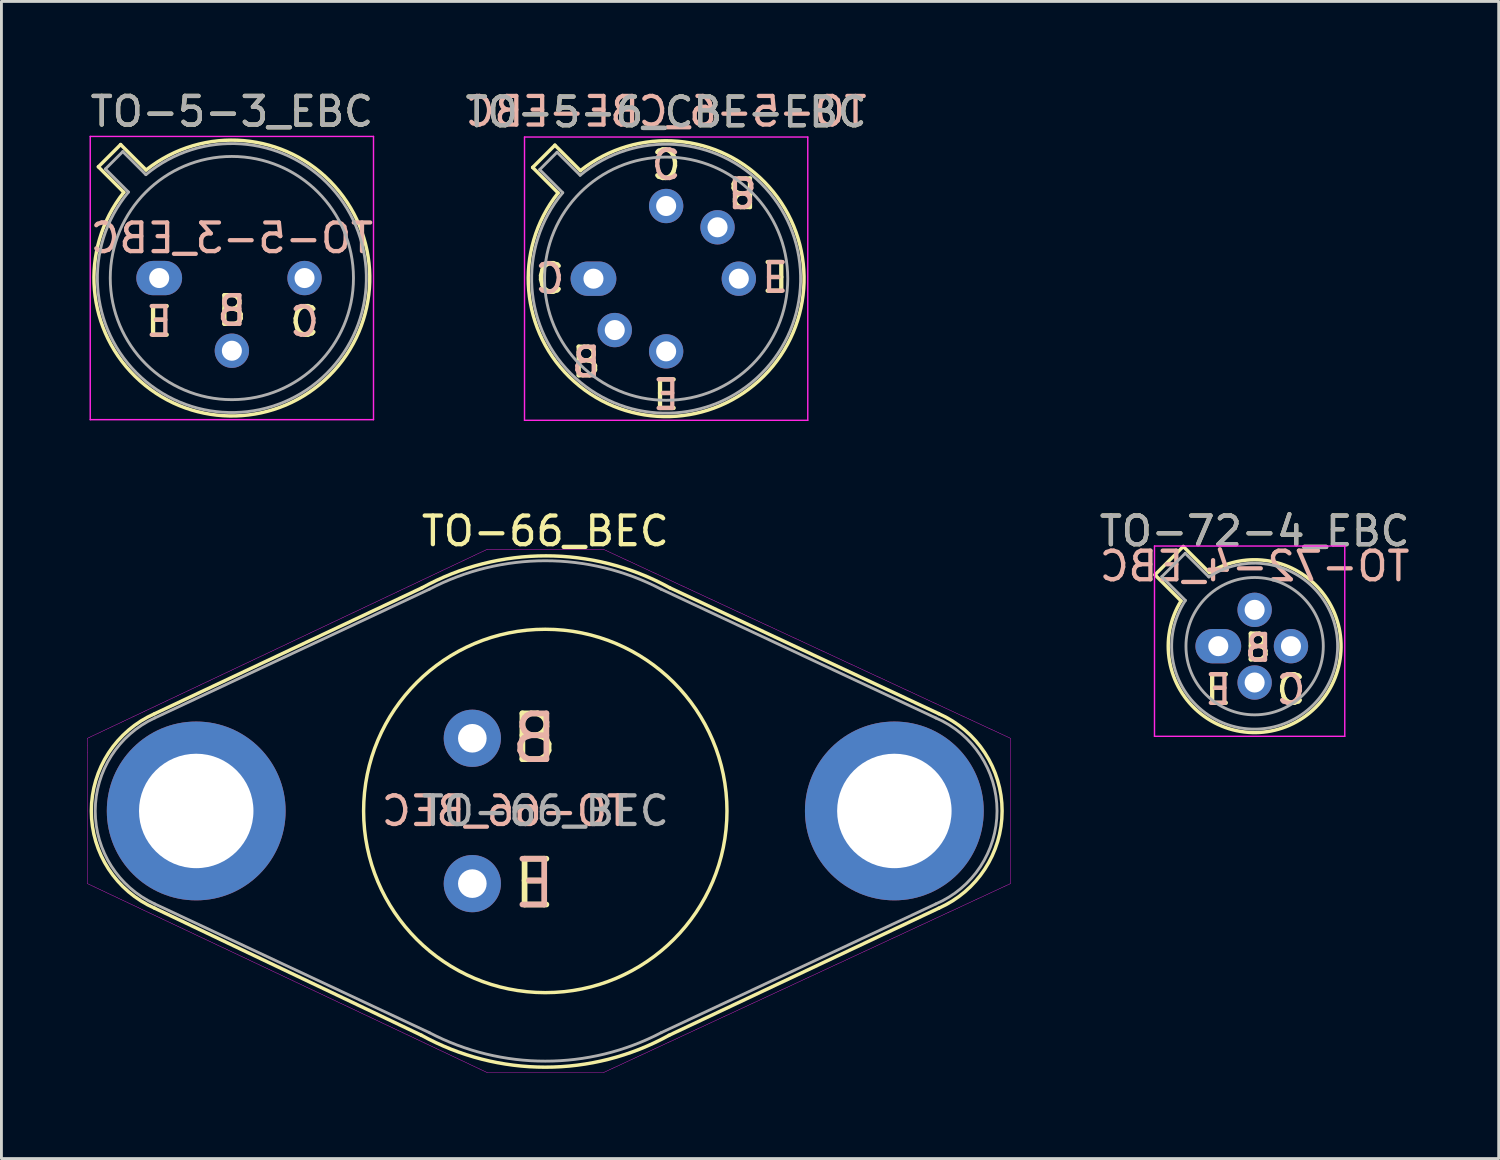
<source format=kicad_pcb>
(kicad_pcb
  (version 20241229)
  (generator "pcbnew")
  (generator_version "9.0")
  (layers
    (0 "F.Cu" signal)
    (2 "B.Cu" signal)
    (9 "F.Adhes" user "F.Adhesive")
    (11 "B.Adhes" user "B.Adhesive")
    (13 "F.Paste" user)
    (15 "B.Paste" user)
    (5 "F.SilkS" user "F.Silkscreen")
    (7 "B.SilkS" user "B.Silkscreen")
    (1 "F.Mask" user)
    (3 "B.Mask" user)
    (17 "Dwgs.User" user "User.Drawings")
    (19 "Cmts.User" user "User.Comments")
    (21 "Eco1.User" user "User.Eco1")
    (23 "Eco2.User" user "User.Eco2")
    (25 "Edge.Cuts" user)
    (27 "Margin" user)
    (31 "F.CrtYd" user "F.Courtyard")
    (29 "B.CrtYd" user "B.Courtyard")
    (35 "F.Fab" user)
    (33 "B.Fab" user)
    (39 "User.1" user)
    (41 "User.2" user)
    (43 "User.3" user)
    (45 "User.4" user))
  (footprint "TO-5-6_CBE-EBC"
    (layer "F.Cu")
    (at 17.692 6.69)
    (property "Reference" "TO-5-6_CBE-EBC" (at 2.54 -5.82 0) (layer "F.SilkS") (effects (font (size 1 1) (thickness 0.15))))
    (fp_line (start -2.126 -3.888) (end -1.235 -2.997) (stroke (width 0.12) (type solid)) (layer "F.SilkS"))
    (fp_line (start -1.348 -4.666) (end -2.126 -3.888) (stroke (width 0.12) (type solid)) (layer "F.SilkS"))
    (fp_line (start -0.457 -3.775) (end -1.348 -4.666) (stroke (width 0.12) (type solid)) (layer "F.SilkS"))
    (fp_arc (start -0.457084 -3.774902) (mid 5.948125 3.408384) (end -1.234674 -2.997371) (stroke (width 0.12) (type solid)) (layer "F.SilkS"))
    (fp_line (start -2.41 -4.95) (end -2.41 4.95) (stroke (width 0.05) (type solid)) (layer "F.CrtYd"))
    (fp_line (start -2.41 4.95) (end 7.49 4.95) (stroke (width 0.05) (type solid)) (layer "F.CrtYd"))
    (fp_line (start 7.49 -4.95) (end -2.41 -4.95) (stroke (width 0.05) (type solid)) (layer "F.CrtYd"))
    (fp_line (start 7.49 4.95) (end 7.49 -4.95) (stroke (width 0.05) (type solid)) (layer "F.CrtYd"))
    (fp_line (start -1.88 -3.812) (end -1.074 -3.005) (stroke (width 0.1) (type solid)) (layer "F.Fab"))
    (fp_line (start -1.272 -4.42) (end -1.88 -3.812) (stroke (width 0.1) (type solid)) (layer "F.Fab"))
    (fp_line (start -0.465 -3.614) (end -1.272 -4.42) (stroke (width 0.1) (type solid)) (layer "F.Fab"))
    (fp_arc (start -0.465408 -3.61352) (mid 5.863443 3.323361) (end -1.073594 -3.005319) (stroke (width 0.1) (type solid)) (layer "F.Fab"))
    (fp_circle (center 2.54 0) (end 6.79 0) (stroke (width 0.1) (type solid)) (fill no) (layer "F.Fab"))
    (fp_text user "C" (at 2.54 -4.064 180) (unlocked yes) (layer "F.SilkS") (effects (font (size 1 1) (thickness 0.15))))
    (fp_text user "E" (at 6.35 -0.127 180) (unlocked yes) (layer "F.SilkS") (effects (font (size 1 1) (thickness 0.15))))
    (fp_text user "C" (at -1.524 0 0) (unlocked yes) (layer "F.SilkS") (effects (font (size 1 1) (thickness 0.15))))
    (fp_text user "B" (at -0.254 2.921 0) (unlocked yes) (layer "F.SilkS") (effects (font (size 1 1) (thickness 0.15))))
    (fp_text user "B" (at 5.207 -3.048 180) (unlocked yes) (layer "F.SilkS") (effects (font (size 1 1) (thickness 0.15))))
    (fp_text user "E" (at 2.54 4.064 0) (unlocked yes) (layer "F.SilkS") (effects (font (size 1 1) (thickness 0.15))))
    (fp_text user "${REFERENCE}" (at 2.54 -5.842 0) (layer "B.SilkS") (effects (font (size 1 1) (thickness 0.15)) (justify mirror)))
    (fp_text user "E" (at 6.35 -0.127 180) (unlocked yes) (layer "B.SilkS") (effects (font (size 1 1) (thickness 0.15)) (justify mirror)))
    (fp_text user "E" (at 2.54 4.064 0) (unlocked yes) (layer "B.SilkS") (effects (font (size 1 1) (thickness 0.15)) (justify mirror)))
    (fp_text user "C" (at 2.54 -4.064 180) (unlocked yes) (layer "B.SilkS") (effects (font (size 1 1) (thickness 0.15)) (justify mirror)))
    (fp_text user "B" (at -0.254 2.921 0) (unlocked yes) (layer "B.SilkS") (effects (font (size 1 1) (thickness 0.15)) (justify mirror)))
    (fp_text user "C" (at -1.524 0 0) (unlocked yes) (layer "B.SilkS") (effects (font (size 1 1) (thickness 0.15)) (justify mirror)))
    (fp_text user "B" (at 5.207 -3.048 180) (unlocked yes) (layer "B.SilkS") (effects (font (size 1 1) (thickness 0.15)) (justify mirror)))
    (fp_text user "${REFERENCE}" (at 2.54 -5.82 0) (layer "F.Fab") (effects (font (size 1 1) (thickness 0.15))))
    (pad "1" thru_hole oval (at 0 0) (size 1.6 1.2) (drill 0.7) (layers "*.Cu" "*.Mask"))
    (pad "2" thru_hole oval (at 0.744 1.796) (size 1.2 1.2) (drill 0.7) (layers "*.Cu" "*.Mask"))
    (pad "3" thru_hole oval (at 2.54 2.54) (size 1.2 1.2) (drill 0.7) (layers "*.Cu" "*.Mask"))
    (pad "4" thru_hole oval (at 5.08 0) (size 1.2 1.2) (drill 0.7) (layers "*.Cu" "*.Mask"))
    (pad "5" thru_hole oval (at 4.336 -1.796) (size 1.2 1.2) (drill 0.7) (layers "*.Cu" "*.Mask"))
    (pad "6" thru_hole oval (at 2.54 -2.54) (size 1.2 1.2) (drill 0.7) (layers "*.Cu" "*.Mask")))
  (footprint "TO-66_BEC"
    (layer "F.Cu")
    (at 16.008 25.293)
    (property "Reference" "TO-66_BEC" (at 0 -9.779 0) (unlocked yes) (layer "F.SilkS") (effects (font (size 1 1) (thickness 0.15))))
    (fp_line (start -13.65 3.4) (end -4.328 7.84) (stroke (width 0.12) (type solid)) (layer "F.SilkS"))
    (fp_line (start -4.301 -7.803) (end -13.65 -3.4) (stroke (width 0.12) (type solid)) (layer "F.SilkS"))
    (fp_line (start 4.323 7.842) (end 13.75 3.4) (stroke (width 0.12) (type solid)) (layer "F.SilkS"))
    (fp_line (start 13.75 -3.4) (end 4.35 -7.8) (stroke (width 0.12) (type solid)) (layer "F.SilkS"))
    (fp_arc (start -13.65 3.4) (mid -15.866172 0) (end -13.65 -3.4) (stroke (width 0.12) (type solid)) (layer "F.SilkS"))
    (fp_arc (start -4.301422 -7.802581) (mid 0.024621 -8.915334) (end 4.35 -7.8) (stroke (width 0.12) (type solid)) (layer "F.SilkS"))
    (fp_arc (start 4.323372 7.842406) (mid -0.002671 8.955159) (end -4.32805 7.839825) (stroke (width 0.12) (type solid)) (layer "F.SilkS"))
    (fp_arc (start 13.750015 -3.4) (mid 15.966187 0) (end 13.750015 3.4) (stroke (width 0.12) (type solid)) (layer "F.SilkS"))
    (fp_circle (center 0 0) (end 6.35 0) (stroke (width 0.12) (type solid)) (fill no) (layer "F.SilkS"))
    (fp_line (start -16.002 -2.54) (end -2.032 -9.144) (stroke (width 0.013) (type solid)) (layer "F.CrtYd"))
    (fp_line (start -16.002 -2.286) (end -16.002 -2.54) (stroke (width 0.013) (type solid)) (layer "F.CrtYd"))
    (fp_line (start -16.002 -2.032) (end -16.002 -2.286) (stroke (width 0.013) (type solid)) (layer "F.CrtYd"))
    (fp_line (start -16.002 0) (end -16.002 -2.032) (stroke (width 0.013) (type solid)) (layer "F.CrtYd"))
    (fp_line (start -16.002 2.54) (end -16.002 0) (stroke (width 0.013) (type solid)) (layer "F.CrtYd"))
    (fp_line (start -2.032 -9.144) (end 2.032 -9.144) (stroke (width 0.013) (type solid)) (layer "F.CrtYd"))
    (fp_line (start -2.032 9.144) (end -16.002 2.54) (stroke (width 0.013) (type solid)) (layer "F.CrtYd"))
    (fp_line (start 2.032 -9.144) (end 16.256 -2.54) (stroke (width 0.013) (type solid)) (layer "F.CrtYd"))
    (fp_line (start 2.032 9.144) (end -2.032 9.144) (stroke (width 0.013) (type solid)) (layer "F.CrtYd"))
    (fp_line (start 16.256 -2.54) (end 16.256 2.54) (stroke (width 0.013) (type solid)) (layer "F.CrtYd"))
    (fp_line (start 16.256 2.54) (end 2.032 9.144) (stroke (width 0.013) (type solid)) (layer "F.CrtYd"))
    (fp_line (start -13.65 -3.25) (end -4.05 -7.75) (stroke (width 0.1) (type solid)) (layer "F.Fab"))
    (fp_line (start -13.65 3.25) (end -4.05 7.75) (stroke (width 0.1) (type solid)) (layer "F.Fab"))
    (fp_line (start 13.65 -3.25) (end 4.05 -7.75) (stroke (width 0.1) (type solid)) (layer "F.Fab"))
    (fp_line (start 13.65 3.25) (end 4.05 7.75) (stroke (width 0.1) (type solid)) (layer "F.Fab"))
    (fp_arc (start -13.65 3.25) (mid -15.729455 0) (end -13.65 -3.25) (stroke (width 0.1) (type solid)) (layer "F.Fab"))
    (fp_arc (start -4.05 -7.749999) (mid 0 -8.744426) (end 4.049999 -7.749999) (stroke (width 0.1) (type solid)) (layer "F.Fab"))
    (fp_arc (start 4.05 7.749999) (mid 0 8.744426) (end -4.049999 7.749999) (stroke (width 0.1) (type solid)) (layer "F.Fab"))
    (fp_arc (start 13.65 -3.25) (mid 15.788714 0) (end 13.65 3.25) (stroke (width 0.1) (type solid)) (layer "F.Fab"))
    (fp_text user "B" (at -0.381 -2.54 0) (unlocked yes) (layer "F.SilkS") (effects (font (size 1.6 1.6) (thickness 0.2))))
    (fp_text user "E" (at -0.381 2.54 0) (unlocked yes) (layer "F.SilkS") (effects (font (size 1.6 1.6) (thickness 0.2))))
    (fp_text user "B" (at -0.381 -2.54 0) (unlocked yes) (layer "B.SilkS") (effects (font (size 1.6 1.6) (thickness 0.2)) (justify mirror)))
    (fp_text user "E" (at -0.381 2.54 0) (unlocked yes) (layer "B.SilkS") (effects (font (size 1.6 1.6) (thickness 0.2)) (justify mirror)))
    (fp_text user "${REFERENCE}" (at -1.397 0 0) (layer "B.SilkS") (effects (font (size 1 1) (thickness 0.15)) (justify mirror)))
    (fp_text user "${REFERENCE}" (at 0 0 0) (layer "F.Fab") (effects (font (size 1 1) (thickness 0.15))))
    (pad "1" thru_hole circle (at -2.55 -2.54) (size 2 2) (drill 1) (layers "*.Cu" "*.Mask"))
    (pad "2" thru_hole circle (at -2.55 2.54) (size 2 2) (drill 1) (layers "*.Cu" "*.Mask"))
    (pad "3" thru_hole circle (at -12.2 0) (size 6.25 6.25) (drill 4) (layers "*.Cu" "*.Mask"))
    (pad "3" thru_hole circle (at 12.2 0) (size 6.25 6.25) (drill 4) (layers "*.Cu" "*.Mask")))
  (footprint "TO-72-4_EBC"
    (layer "F.Cu")
    (at 39.53 19.534)
    (property "Reference" "TO-72-4_EBC" (at 1.27 -4.02 0) (layer "F.SilkS") (effects (font (size 1 1) (thickness 0.15))))
    (fp_line (start -2.214 -2.494) (end -1.302 -1.582) (stroke (width 0.12) (type solid)) (layer "F.SilkS"))
    (fp_line (start -1.224 -3.484) (end -2.214 -2.494) (stroke (width 0.12) (type solid)) (layer "F.SilkS"))
    (fp_line (start -0.312 -2.572) (end -1.224 -3.484) (stroke (width 0.12) (type solid)) (layer "F.SilkS"))
    (fp_arc (start -0.312331 -2.572281) (mid 3.405374 2.135551) (end -1.30215 -1.582544) (stroke (width 0.12) (type solid)) (layer "F.SilkS"))
    (fp_line (start -2.23 -3.5) (end -2.23 3.15) (stroke (width 0.05) (type solid)) (layer "F.CrtYd"))
    (fp_line (start -2.23 3.15) (end 4.42 3.15) (stroke (width 0.05) (type solid)) (layer "F.CrtYd"))
    (fp_line (start 4.42 -3.5) (end -2.23 -3.5) (stroke (width 0.05) (type solid)) (layer "F.CrtYd"))
    (fp_line (start 4.42 3.15) (end 4.42 -3.5) (stroke (width 0.05) (type solid)) (layer "F.CrtYd"))
    (fp_line (start -1.977 -2.426) (end -1.149 -1.599) (stroke (width 0.1) (type solid)) (layer "F.Fab"))
    (fp_line (start -1.156 -3.247) (end -1.977 -2.426) (stroke (width 0.1) (type solid)) (layer "F.Fab"))
    (fp_line (start -0.329 -2.419) (end -1.156 -3.247) (stroke (width 0.1) (type solid)) (layer "F.Fab"))
    (fp_arc (start -0.329057 -2.419301) (mid 3.321076 2.050143) (end -1.150029 -1.597956) (stroke (width 0.1) (type solid)) (layer "F.Fab"))
    (fp_circle (center 1.27 0) (end 3.67 0) (stroke (width 0.1) (type solid)) (fill no) (layer "F.Fab"))
    (fp_text user "C" (at 2.54 1.524 0) (unlocked yes) (layer "F.SilkS") (effects (font (size 1 1) (thickness 0.15))))
    (fp_text user "E" (at 0 1.524 0) (unlocked yes) (layer "F.SilkS") (effects (font (size 1 1) (thickness 0.15))))
    (fp_text user "B" (at 1.372 0.051 0) (unlocked yes) (layer "F.SilkS") (effects (font (size 0.9 0.9) (thickness 0.15))))
    (fp_text user "B" (at 1.397 0.064 0) (unlocked yes) (layer "B.SilkS") (effects (font (size 0.9 0.9) (thickness 0.15)) (justify mirror)))
    (fp_text user "C" (at 2.54 1.524 0) (unlocked yes) (layer "B.SilkS") (effects (font (size 1 1) (thickness 0.15)) (justify mirror)))
    (fp_text user "${REFERENCE}" (at 1.27 -2.794 0) (layer "B.SilkS") (effects (font (size 1 1) (thickness 0.15)) (justify mirror)))
    (fp_text user "E" (at 0 1.524 0) (unlocked yes) (layer "B.SilkS") (effects (font (size 1 1) (thickness 0.15)) (justify mirror)))
    (fp_text user "${REFERENCE}" (at 1.27 -4.02 0) (layer "F.Fab") (effects (font (size 1 1) (thickness 0.15))))
    (pad "1" thru_hole oval (at 0 0) (size 1.6 1.2) (drill 0.7) (layers "*.Cu" "*.Mask"))
    (pad "2" thru_hole oval (at 1.27 1.27) (size 1.2 1.2) (drill 0.7) (layers "*.Cu" "*.Mask"))
    (pad "3" thru_hole oval (at 2.54 0) (size 1.2 1.2) (drill 0.7) (layers "*.Cu" "*.Mask"))
    (pad "4" thru_hole oval (at 1.27 -1.27) (size 1.2 1.2) (drill 0.7) (layers "*.Cu" "*.Mask")))
  (footprint "TO-5-3_EBC"
    (layer "F.Cu")
    (at 2.514 6.668)
    (property "Reference" "TO-5-3_EBC" (at 2.54 -5.82 0) (layer "F.SilkS") (effects (font (size 1 1) (thickness 0.15))))
    (fp_line (start -2.126 -3.888) (end -1.235 -2.997) (stroke (width 0.12) (type solid)) (layer "F.SilkS"))
    (fp_line (start -1.348 -4.666) (end -2.126 -3.888) (stroke (width 0.12) (type solid)) (layer "F.SilkS"))
    (fp_line (start -0.457 -3.775) (end -1.348 -4.666) (stroke (width 0.12) (type solid)) (layer "F.SilkS"))
    (fp_arc (start -0.457084 -3.774902) (mid 5.948125 3.408384) (end -1.234674 -2.997371) (stroke (width 0.12) (type solid)) (layer "F.SilkS"))
    (fp_line (start -2.41 -4.95) (end -2.41 4.95) (stroke (width 0.05) (type solid)) (layer "F.CrtYd"))
    (fp_line (start -2.41 4.95) (end 7.49 4.95) (stroke (width 0.05) (type solid)) (layer "F.CrtYd"))
    (fp_line (start 7.49 -4.95) (end -2.41 -4.95) (stroke (width 0.05) (type solid)) (layer "F.CrtYd"))
    (fp_line (start 7.49 4.95) (end 7.49 -4.95) (stroke (width 0.05) (type solid)) (layer "F.CrtYd"))
    (fp_line (start -1.88 -3.812) (end -1.074 -3.005) (stroke (width 0.1) (type solid)) (layer "F.Fab"))
    (fp_line (start -1.272 -4.42) (end -1.88 -3.812) (stroke (width 0.1) (type solid)) (layer "F.Fab"))
    (fp_line (start -0.465 -3.614) (end -1.272 -4.42) (stroke (width 0.1) (type solid)) (layer "F.Fab"))
    (fp_arc (start -0.465408 -3.61352) (mid 5.863443 3.323361) (end -1.073594 -3.005319) (stroke (width 0.1) (type solid)) (layer "F.Fab"))
    (fp_circle (center 2.54 0) (end 6.79 0) (stroke (width 0.1) (type solid)) (fill no) (layer "F.Fab"))
    (fp_text user "C" (at 5.08 1.524 0) (unlocked yes) (layer "F.SilkS") (effects (font (size 1 1) (thickness 0.15))))
    (fp_text user "E" (at 0 1.524 0) (unlocked yes) (layer "F.SilkS") (effects (font (size 1 1) (thickness 0.15))))
    (fp_text user "B" (at 2.54 1.143 0) (unlocked yes) (layer "F.SilkS") (effects (font (size 1 1) (thickness 0.15))))
    (fp_text user "E" (at 0 1.524 0) (unlocked yes) (layer "B.SilkS") (effects (font (size 1 1) (thickness 0.15)) (justify mirror)))
    (fp_text user "B" (at 2.54 1.143 0) (unlocked yes) (layer "B.SilkS") (effects (font (size 1 1) (thickness 0.15)) (justify mirror)))
    (fp_text user "C" (at 5.08 1.524 0) (unlocked yes) (layer "B.SilkS") (effects (font (size 1 1) (thickness 0.15)) (justify mirror)))
    (fp_text user "${REFERENCE}" (at 2.54 -1.397 0) (layer "B.SilkS") (effects (font (size 1 1) (thickness 0.15)) (justify mirror)))
    (fp_text user "${REFERENCE}" (at 2.54 -5.82 0) (layer "F.Fab") (effects (font (size 1 1) (thickness 0.15))))
    (pad "1" thru_hole oval (at 0 0) (size 1.6 1.2) (drill 0.7) (layers "*.Cu" "*.Mask"))
    (pad "2" thru_hole oval (at 2.54 2.54) (size 1.2 1.2) (drill 0.7) (layers "*.Cu" "*.Mask"))
    (pad "3" thru_hole oval (at 5.08 0) (size 1.2 1.2) (drill 0.7) (layers "*.Cu" "*.Mask")))
  (gr_rect
    (start -3 -3)
    (end 49.33 37.443)
    (stroke (width 0.1) (type default))
    (fill no)
    (layer "Edge.Cuts")))
</source>
